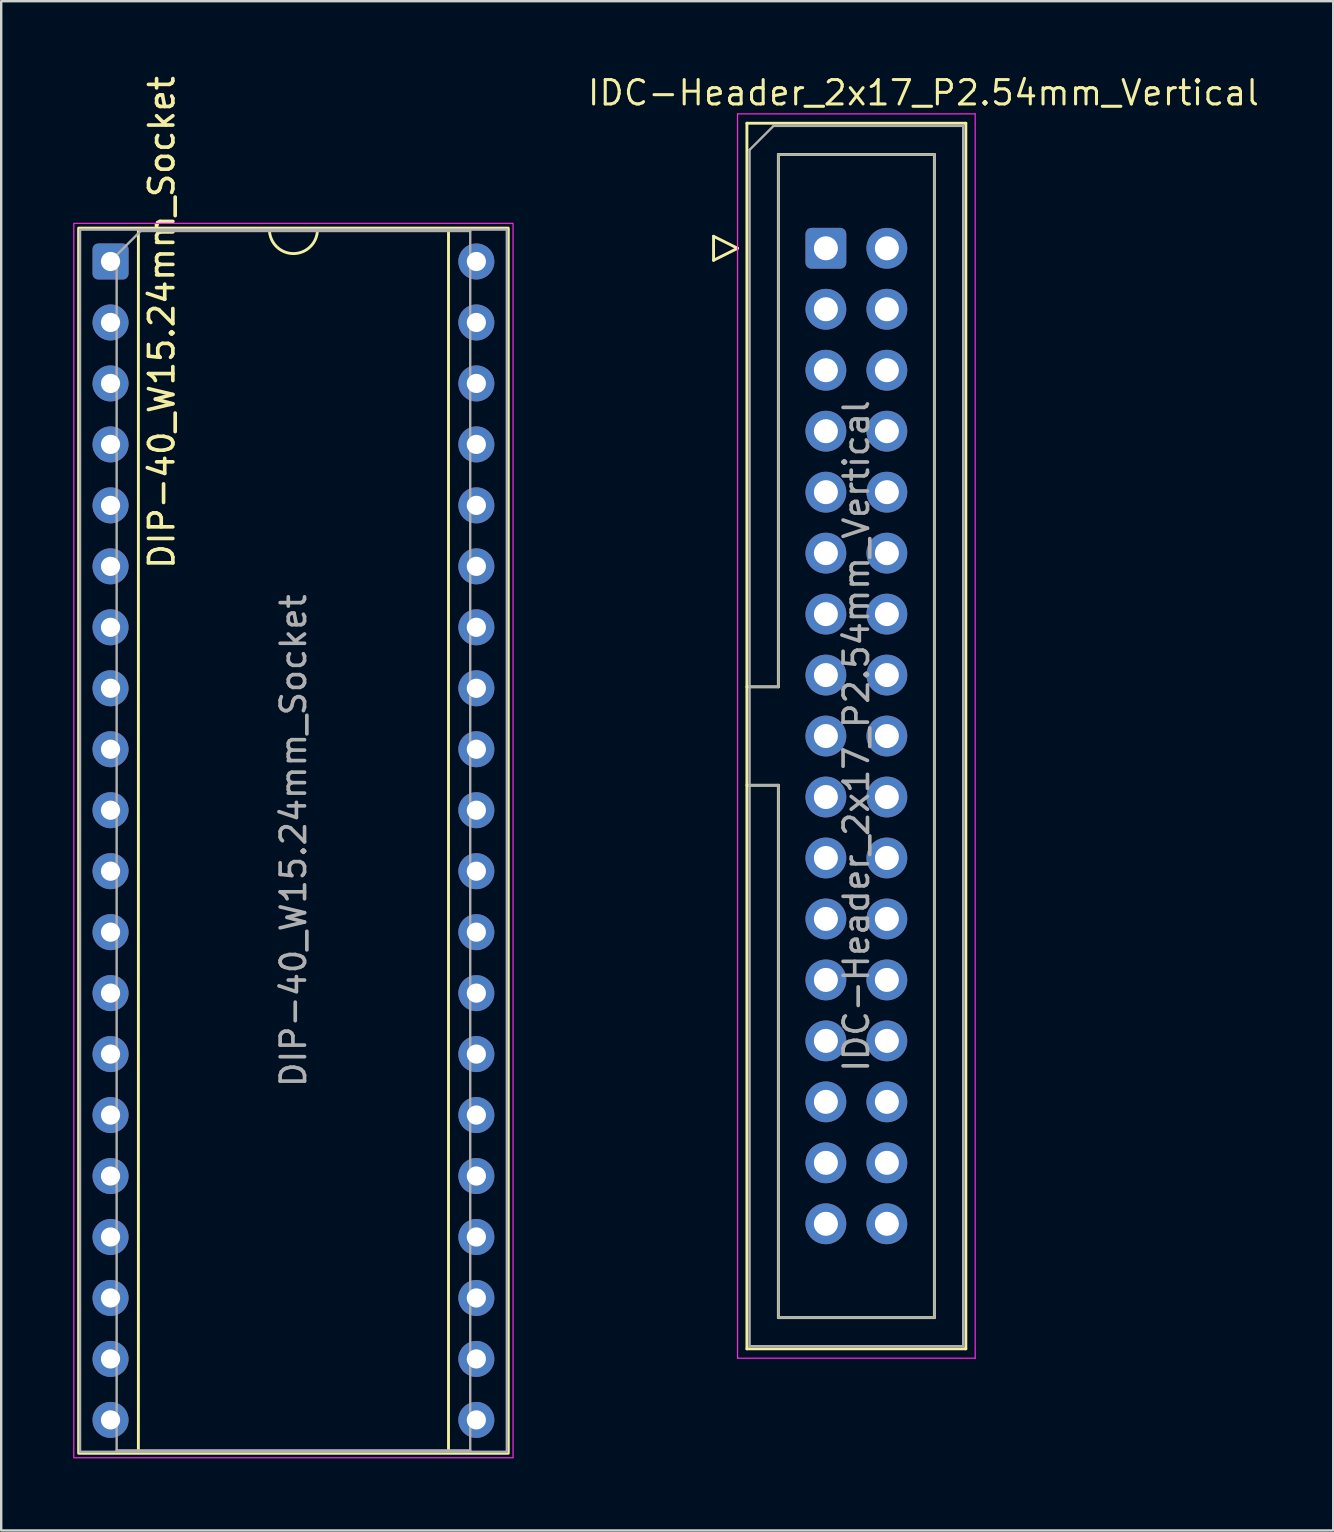
<source format=kicad_pcb>
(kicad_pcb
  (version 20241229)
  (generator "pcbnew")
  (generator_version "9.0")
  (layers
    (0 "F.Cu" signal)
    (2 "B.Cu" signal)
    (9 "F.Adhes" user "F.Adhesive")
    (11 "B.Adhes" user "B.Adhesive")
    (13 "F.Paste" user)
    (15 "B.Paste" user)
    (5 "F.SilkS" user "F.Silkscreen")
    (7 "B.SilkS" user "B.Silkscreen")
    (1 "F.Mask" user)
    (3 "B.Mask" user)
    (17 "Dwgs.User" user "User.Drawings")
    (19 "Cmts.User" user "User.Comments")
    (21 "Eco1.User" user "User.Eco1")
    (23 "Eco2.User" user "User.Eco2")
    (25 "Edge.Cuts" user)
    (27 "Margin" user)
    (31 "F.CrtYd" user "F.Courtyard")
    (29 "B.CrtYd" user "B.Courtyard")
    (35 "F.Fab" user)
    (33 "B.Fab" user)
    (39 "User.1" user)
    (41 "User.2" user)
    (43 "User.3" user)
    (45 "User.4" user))
  (footprint "IDC-Header_2x17_P2.54mm_Vertical"
    (layer "F.Cu")
    (at 31.357 7.294)
    (property "Reference" "IDC-Header_2x17_P2.54mm_Vertical" (at 4.064 -6.477 180) (layer "F.SilkS") (effects (font (size 1.016 1.016) (thickness 0.127))))
    (attr through_hole)
    (fp_line (start -4.68 -0.5) (end -4.68 0.5) (stroke (width 0.12) (type solid)) (layer "F.SilkS"))
    (fp_line (start -4.68 0.5) (end -3.68 0) (stroke (width 0.12) (type solid)) (layer "F.SilkS"))
    (fp_line (start -3.68 0) (end -4.68 -0.5) (stroke (width 0.12) (type solid)) (layer "F.SilkS"))
    (fp_line (start -3.29 -5.21) (end 5.83 -5.21) (stroke (width 0.12) (type solid)) (layer "F.SilkS"))
    (fp_line (start -3.29 18.27) (end -1.98 18.27) (stroke (width 0.12) (type solid)) (layer "F.SilkS"))
    (fp_line (start -3.29 45.85) (end -3.29 -5.21) (stroke (width 0.12) (type solid)) (layer "F.SilkS"))
    (fp_line (start -1.98 -3.91) (end 4.52 -3.91) (stroke (width 0.12) (type solid)) (layer "F.SilkS"))
    (fp_line (start -1.98 18.27) (end -1.98 -3.91) (stroke (width 0.12) (type solid)) (layer "F.SilkS"))
    (fp_line (start -1.98 22.37) (end -3.29 22.37) (stroke (width 0.12) (type solid)) (layer "F.SilkS"))
    (fp_line (start -1.98 44.55) (end -1.98 22.37) (stroke (width 0.12) (type solid)) (layer "F.SilkS"))
    (fp_line (start 4.52 -3.91) (end 4.52 44.55) (stroke (width 0.12) (type solid)) (layer "F.SilkS"))
    (fp_line (start 4.52 44.55) (end -1.98 44.55) (stroke (width 0.12) (type solid)) (layer "F.SilkS"))
    (fp_line (start 5.83 -5.21) (end 5.83 45.85) (stroke (width 0.12) (type solid)) (layer "F.SilkS"))
    (fp_line (start 5.83 45.85) (end -3.29 45.85) (stroke (width 0.12) (type solid)) (layer "F.SilkS"))
    (fp_line (start -3.68 -5.6) (end -3.68 46.24) (stroke (width 0.05) (type solid)) (layer "F.CrtYd"))
    (fp_line (start -3.68 46.24) (end 6.22 46.24) (stroke (width 0.05) (type solid)) (layer "F.CrtYd"))
    (fp_line (start 6.22 -5.6) (end -3.68 -5.6) (stroke (width 0.05) (type solid)) (layer "F.CrtYd"))
    (fp_line (start 6.22 46.24) (end 6.22 -5.6) (stroke (width 0.05) (type solid)) (layer "F.CrtYd"))
    (fp_line (start -3.18 -4.1) (end -2.18 -5.1) (stroke (width 0.1) (type solid)) (layer "F.Fab"))
    (fp_line (start -3.18 18.27) (end -1.98 18.27) (stroke (width 0.1) (type solid)) (layer "F.Fab"))
    (fp_line (start -3.18 45.74) (end -3.18 -4.1) (stroke (width 0.1) (type solid)) (layer "F.Fab"))
    (fp_line (start -2.18 -5.1) (end 5.72 -5.1) (stroke (width 0.1) (type solid)) (layer "F.Fab"))
    (fp_line (start -1.98 -3.91) (end 4.52 -3.91) (stroke (width 0.1) (type solid)) (layer "F.Fab"))
    (fp_line (start -1.98 18.27) (end -1.98 -3.91) (stroke (width 0.1) (type solid)) (layer "F.Fab"))
    (fp_line (start -1.98 22.37) (end -3.18 22.37) (stroke (width 0.1) (type solid)) (layer "F.Fab"))
    (fp_line (start -1.98 44.55) (end -1.98 22.37) (stroke (width 0.1) (type solid)) (layer "F.Fab"))
    (fp_line (start 4.52 -3.91) (end 4.52 44.55) (stroke (width 0.1) (type solid)) (layer "F.Fab"))
    (fp_line (start 4.52 44.55) (end -1.98 44.55) (stroke (width 0.1) (type solid)) (layer "F.Fab"))
    (fp_line (start 5.72 -5.1) (end 5.72 45.74) (stroke (width 0.1) (type solid)) (layer "F.Fab"))
    (fp_line (start 5.72 45.74) (end -3.18 45.74) (stroke (width 0.1) (type solid)) (layer "F.Fab"))
    (fp_text user "${REFERENCE}" (at 1.27 20.32 270) (layer "F.Fab") (effects (font (size 1.016 1.016) (thickness 0.152))))
    (pad "1" thru_hole roundrect (at 0 0) (size 1.7 1.7) (drill 1) (layers "*.Cu" "*.Mask") (roundrect_rratio 0.147))
    (pad "2" thru_hole circle (at 2.54 0) (size 1.7 1.7) (drill 1) (layers "*.Cu" "*.Mask"))
    (pad "3" thru_hole circle (at 0 2.54) (size 1.7 1.7) (drill 1) (layers "*.Cu" "*.Mask"))
    (pad "4" thru_hole circle (at 2.54 2.54) (size 1.7 1.7) (drill 1) (layers "*.Cu" "*.Mask"))
    (pad "5" thru_hole circle (at 0 5.08) (size 1.7 1.7) (drill 1) (layers "*.Cu" "*.Mask"))
    (pad "6" thru_hole circle (at 2.54 5.08) (size 1.7 1.7) (drill 1) (layers "*.Cu" "*.Mask"))
    (pad "7" thru_hole circle (at 0 7.62) (size 1.7 1.7) (drill 1) (layers "*.Cu" "*.Mask"))
    (pad "8" thru_hole circle (at 2.54 7.62) (size 1.7 1.7) (drill 1) (layers "*.Cu" "*.Mask"))
    (pad "9" thru_hole circle (at 0 10.16) (size 1.7 1.7) (drill 1) (layers "*.Cu" "*.Mask"))
    (pad "10" thru_hole circle (at 2.54 10.16) (size 1.7 1.7) (drill 1) (layers "*.Cu" "*.Mask"))
    (pad "11" thru_hole circle (at 0 12.7) (size 1.7 1.7) (drill 1) (layers "*.Cu" "*.Mask"))
    (pad "12" thru_hole circle (at 2.54 12.7) (size 1.7 1.7) (drill 1) (layers "*.Cu" "*.Mask"))
    (pad "13" thru_hole circle (at 0 15.24) (size 1.7 1.7) (drill 1) (layers "*.Cu" "*.Mask"))
    (pad "14" thru_hole circle (at 2.54 15.24) (size 1.7 1.7) (drill 1) (layers "*.Cu" "*.Mask"))
    (pad "15" thru_hole circle (at 0 17.78) (size 1.7 1.7) (drill 1) (layers "*.Cu" "*.Mask"))
    (pad "16" thru_hole circle (at 2.54 17.78) (size 1.7 1.7) (drill 1) (layers "*.Cu" "*.Mask"))
    (pad "17" thru_hole circle (at 0 20.32) (size 1.7 1.7) (drill 1) (layers "*.Cu" "*.Mask"))
    (pad "18" thru_hole circle (at 2.54 20.32) (size 1.7 1.7) (drill 1) (layers "*.Cu" "*.Mask"))
    (pad "19" thru_hole circle (at 0 22.86) (size 1.7 1.7) (drill 1) (layers "*.Cu" "*.Mask"))
    (pad "20" thru_hole circle (at 2.54 22.86) (size 1.7 1.7) (drill 1) (layers "*.Cu" "*.Mask"))
    (pad "21" thru_hole circle (at 0 25.4) (size 1.7 1.7) (drill 1) (layers "*.Cu" "*.Mask"))
    (pad "22" thru_hole circle (at 2.54 25.4) (size 1.7 1.7) (drill 1) (layers "*.Cu" "*.Mask"))
    (pad "23" thru_hole circle (at 0 27.94) (size 1.7 1.7) (drill 1) (layers "*.Cu" "*.Mask"))
    (pad "24" thru_hole circle (at 2.54 27.94) (size 1.7 1.7) (drill 1) (layers "*.Cu" "*.Mask"))
    (pad "25" thru_hole circle (at 0 30.48) (size 1.7 1.7) (drill 1) (layers "*.Cu" "*.Mask"))
    (pad "26" thru_hole circle (at 2.54 30.48) (size 1.7 1.7) (drill 1) (layers "*.Cu" "*.Mask"))
    (pad "27" thru_hole circle (at 0 33.02) (size 1.7 1.7) (drill 1) (layers "*.Cu" "*.Mask"))
    (pad "28" thru_hole circle (at 2.54 33.02) (size 1.7 1.7) (drill 1) (layers "*.Cu" "*.Mask"))
    (pad "29" thru_hole circle (at 0 35.56) (size 1.7 1.7) (drill 1) (layers "*.Cu" "*.Mask"))
    (pad "30" thru_hole circle (at 2.54 35.56) (size 1.7 1.7) (drill 1) (layers "*.Cu" "*.Mask"))
    (pad "31" thru_hole circle (at 0 38.1) (size 1.7 1.7) (drill 1) (layers "*.Cu" "*.Mask"))
    (pad "32" thru_hole circle (at 2.54 38.1) (size 1.7 1.7) (drill 1) (layers "*.Cu" "*.Mask"))
    (pad "33" thru_hole circle (at 0 40.64) (size 1.7 1.7) (drill 1) (layers "*.Cu" "*.Mask"))
    (pad "34" thru_hole circle (at 2.54 40.64) (size 1.7 1.7) (drill 1) (layers "*.Cu" "*.Mask")))
  (footprint "DIP-40_W15.24mm_Socket"
    (layer "F.Cu")
    (at 1.555 7.844)
    (property "Reference" "DIP-40_W15.24mm_Socket" (at 2.134 2.54 90) (layer "F.SilkS") (effects (font (size 1.016 1.016) (thickness 0.152))))
    (attr through_hole)
    (fp_line (start 1.16 -1.33) (end 1.16 49.59) (stroke (width 0.12) (type solid)) (layer "F.SilkS"))
    (fp_line (start 1.16 49.59) (end 14.08 49.59) (stroke (width 0.12) (type solid)) (layer "F.SilkS"))
    (fp_line (start 6.62 -1.33) (end 1.16 -1.33) (stroke (width 0.12) (type solid)) (layer "F.SilkS"))
    (fp_line (start 14.08 -1.33) (end 8.62 -1.33) (stroke (width 0.12) (type solid)) (layer "F.SilkS"))
    (fp_line (start 14.08 49.59) (end 14.08 -1.33) (stroke (width 0.12) (type solid)) (layer "F.SilkS"))
    (fp_rect (start -1.33 -1.39) (end 16.57 49.65) (stroke (width 0.12) (type solid)) (fill no) (layer "F.SilkS"))
    (fp_arc (start 8.62 -1.33) (mid 7.62 -0.33) (end 6.62 -1.33) (stroke (width 0.12) (type solid)) (layer "F.SilkS"))
    (fp_rect (start -1.53 -1.59) (end 16.77 49.84) (stroke (width 0.05) (type solid)) (fill no) (layer "F.CrtYd"))
    (fp_line (start 0.255 -0.27) (end 1.255 -1.27) (stroke (width 0.1) (type solid)) (layer "F.Fab"))
    (fp_line (start 0.255 49.53) (end 0.255 -0.27) (stroke (width 0.1) (type solid)) (layer "F.Fab"))
    (fp_line (start 1.255 -1.27) (end 14.985 -1.27) (stroke (width 0.1) (type solid)) (layer "F.Fab"))
    (fp_line (start 14.985 -1.27) (end 14.985 49.53) (stroke (width 0.1) (type solid)) (layer "F.Fab"))
    (fp_line (start 14.985 49.53) (end 0.255 49.53) (stroke (width 0.1) (type solid)) (layer "F.Fab"))
    (fp_rect (start -1.27 -1.33) (end 16.51 49.59) (stroke (width 0.1) (type solid)) (fill no) (layer "F.Fab"))
    (fp_text user "${REFERENCE}" (at 7.62 24.13 90) (layer "F.Fab") (effects (font (size 1.016 1.016) (thickness 0.152))))
    (pad "1" thru_hole roundrect (at 0 0) (size 1.5 1.5) (drill 0.8) (layers "*.Cu" "*.Mask") (roundrect_rratio 0.156))
    (pad "2" thru_hole circle (at 0 2.54) (size 1.5 1.5) (drill 0.8) (layers "*.Cu" "*.Mask"))
    (pad "3" thru_hole circle (at 0 5.08) (size 1.5 1.5) (drill 0.8) (layers "*.Cu" "*.Mask"))
    (pad "4" thru_hole circle (at 0 7.62) (size 1.5 1.5) (drill 0.8) (layers "*.Cu" "*.Mask"))
    (pad "5" thru_hole circle (at 0 10.16) (size 1.5 1.5) (drill 0.8) (layers "*.Cu" "*.Mask"))
    (pad "6" thru_hole circle (at 0 12.7) (size 1.5 1.5) (drill 0.8) (layers "*.Cu" "*.Mask"))
    (pad "7" thru_hole circle (at 0 15.24) (size 1.5 1.5) (drill 0.8) (layers "*.Cu" "*.Mask"))
    (pad "8" thru_hole circle (at 0 17.78) (size 1.5 1.5) (drill 0.8) (layers "*.Cu" "*.Mask"))
    (pad "9" thru_hole circle (at 0 20.32) (size 1.5 1.5) (drill 0.8) (layers "*.Cu" "*.Mask"))
    (pad "10" thru_hole circle (at 0 22.86) (size 1.5 1.5) (drill 0.8) (layers "*.Cu" "*.Mask"))
    (pad "11" thru_hole circle (at 0 25.4) (size 1.5 1.5) (drill 0.8) (layers "*.Cu" "*.Mask"))
    (pad "12" thru_hole circle (at 0 27.94) (size 1.5 1.5) (drill 0.8) (layers "*.Cu" "*.Mask"))
    (pad "13" thru_hole circle (at 0 30.48) (size 1.5 1.5) (drill 0.8) (layers "*.Cu" "*.Mask"))
    (pad "14" thru_hole circle (at 0 33.02) (size 1.5 1.5) (drill 0.8) (layers "*.Cu" "*.Mask"))
    (pad "15" thru_hole circle (at 0 35.56) (size 1.5 1.5) (drill 0.8) (layers "*.Cu" "*.Mask"))
    (pad "16" thru_hole circle (at 0 38.1) (size 1.5 1.5) (drill 0.8) (layers "*.Cu" "*.Mask"))
    (pad "17" thru_hole circle (at 0 40.64) (size 1.5 1.5) (drill 0.8) (layers "*.Cu" "*.Mask"))
    (pad "18" thru_hole circle (at 0 43.18) (size 1.5 1.5) (drill 0.8) (layers "*.Cu" "*.Mask"))
    (pad "19" thru_hole circle (at 0 45.72) (size 1.5 1.5) (drill 0.8) (layers "*.Cu" "*.Mask"))
    (pad "20" thru_hole circle (at 0 48.26) (size 1.5 1.5) (drill 0.8) (layers "*.Cu" "*.Mask"))
    (pad "21" thru_hole circle (at 15.24 48.26) (size 1.5 1.5) (drill 0.8) (layers "*.Cu" "*.Mask"))
    (pad "22" thru_hole circle (at 15.24 45.72) (size 1.5 1.5) (drill 0.8) (layers "*.Cu" "*.Mask"))
    (pad "23" thru_hole circle (at 15.24 43.18) (size 1.5 1.5) (drill 0.8) (layers "*.Cu" "*.Mask"))
    (pad "24" thru_hole circle (at 15.24 40.64) (size 1.5 1.5) (drill 0.8) (layers "*.Cu" "*.Mask"))
    (pad "25" thru_hole circle (at 15.24 38.1) (size 1.5 1.5) (drill 0.8) (layers "*.Cu" "*.Mask"))
    (pad "26" thru_hole circle (at 15.24 35.56) (size 1.5 1.5) (drill 0.8) (layers "*.Cu" "*.Mask"))
    (pad "27" thru_hole circle (at 15.24 33.02) (size 1.5 1.5) (drill 0.8) (layers "*.Cu" "*.Mask"))
    (pad "28" thru_hole circle (at 15.24 30.48) (size 1.5 1.5) (drill 0.8) (layers "*.Cu" "*.Mask"))
    (pad "29" thru_hole circle (at 15.24 27.94) (size 1.5 1.5) (drill 0.8) (layers "*.Cu" "*.Mask"))
    (pad "30" thru_hole circle (at 15.24 25.4) (size 1.5 1.5) (drill 0.8) (layers "*.Cu" "*.Mask"))
    (pad "31" thru_hole circle (at 15.24 22.86) (size 1.5 1.5) (drill 0.8) (layers "*.Cu" "*.Mask"))
    (pad "32" thru_hole circle (at 15.24 20.32) (size 1.5 1.5) (drill 0.8) (layers "*.Cu" "*.Mask"))
    (pad "33" thru_hole circle (at 15.24 17.78) (size 1.5 1.5) (drill 0.8) (layers "*.Cu" "*.Mask"))
    (pad "34" thru_hole circle (at 15.24 15.24) (size 1.5 1.5) (drill 0.8) (layers "*.Cu" "*.Mask"))
    (pad "35" thru_hole circle (at 15.24 12.7) (size 1.5 1.5) (drill 0.8) (layers "*.Cu" "*.Mask"))
    (pad "36" thru_hole circle (at 15.24 10.16) (size 1.5 1.5) (drill 0.8) (layers "*.Cu" "*.Mask"))
    (pad "37" thru_hole circle (at 15.24 7.62) (size 1.5 1.5) (drill 0.8) (layers "*.Cu" "*.Mask"))
    (pad "38" thru_hole circle (at 15.24 5.08) (size 1.5 1.5) (drill 0.8) (layers "*.Cu" "*.Mask"))
    (pad "39" thru_hole circle (at 15.24 2.54) (size 1.5 1.5) (drill 0.8) (layers "*.Cu" "*.Mask"))
    (pad "40" thru_hole circle (at 15.24 0) (size 1.5 1.5) (drill 0.8) (layers "*.Cu" "*.Mask")))
  (gr_rect
    (start -3 -3)
    (end 52.492 60.709)
    (stroke (width 0.1) (type default))
    (fill no)
    (layer "Edge.Cuts")))
</source>
